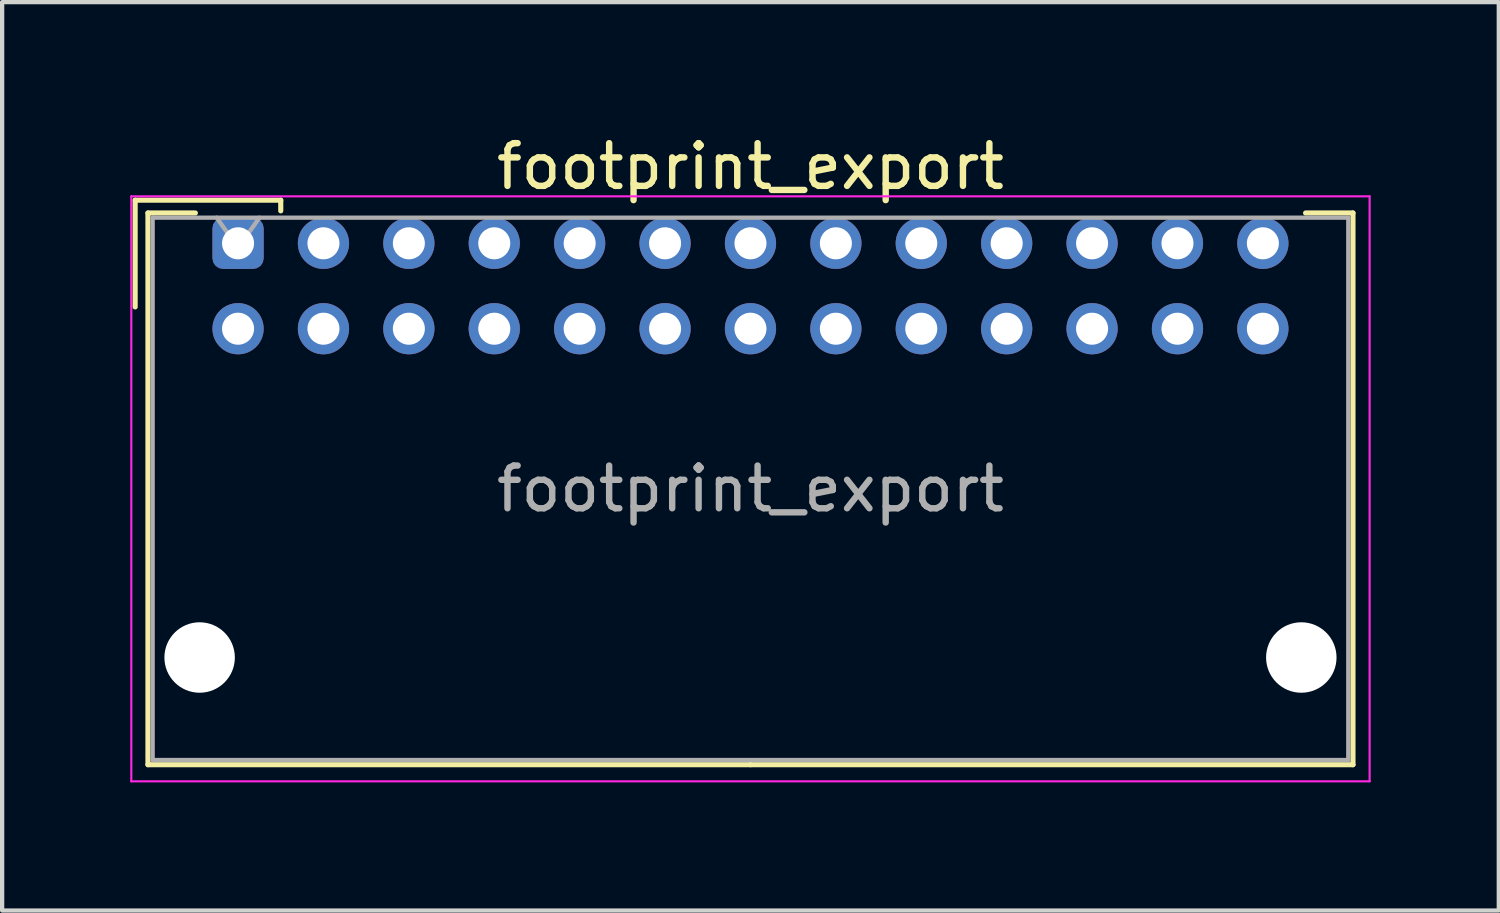
<source format=kicad_pcb>
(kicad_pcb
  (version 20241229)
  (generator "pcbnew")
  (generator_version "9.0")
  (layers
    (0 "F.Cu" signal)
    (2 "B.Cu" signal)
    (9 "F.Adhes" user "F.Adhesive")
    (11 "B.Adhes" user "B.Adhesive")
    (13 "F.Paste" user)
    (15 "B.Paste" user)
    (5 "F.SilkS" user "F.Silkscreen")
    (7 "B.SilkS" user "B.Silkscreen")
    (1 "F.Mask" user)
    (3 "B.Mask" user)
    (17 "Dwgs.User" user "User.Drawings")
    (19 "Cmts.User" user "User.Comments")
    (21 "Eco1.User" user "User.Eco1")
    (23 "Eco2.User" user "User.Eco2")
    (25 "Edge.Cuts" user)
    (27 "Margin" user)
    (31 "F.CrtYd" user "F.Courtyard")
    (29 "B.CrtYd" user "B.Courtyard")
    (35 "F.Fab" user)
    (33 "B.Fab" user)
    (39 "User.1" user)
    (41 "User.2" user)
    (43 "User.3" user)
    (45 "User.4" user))
  (footprint "footprint_export"
    (layer "F.Cu")
    (at 2.525 2.648)
    (property "Reference" "footprint_export" (at 12 -1.8 0) (layer "F.SilkS") (effects (font (size 1 1) (thickness 0.15))))
    (attr through_hole)
    (fp_line (start -2.41 -1.01) (end -2.41 1.49) (stroke (width 0.12) (type solid)) (layer "F.SilkS"))
    (fp_line (start -2.11 -0.71) (end -2.11 12.21) (stroke (width 0.12) (type solid)) (layer "F.SilkS"))
    (fp_line (start -2.11 12.21) (end 12 12.21) (stroke (width 0.12) (type solid)) (layer "F.SilkS"))
    (fp_line (start -1 -0.71) (end -2.11 -0.71) (stroke (width 0.12) (type solid)) (layer "F.SilkS"))
    (fp_line (start 1 -1.01) (end -2.41 -1.01) (stroke (width 0.12) (type solid)) (layer "F.SilkS"))
    (fp_line (start 1 -0.76) (end 1 -1.01) (stroke (width 0.12) (type solid)) (layer "F.SilkS"))
    (fp_line (start 25 -0.71) (end 26.11 -0.71) (stroke (width 0.12) (type solid)) (layer "F.SilkS"))
    (fp_line (start 26.11 -0.71) (end 26.11 12.21) (stroke (width 0.12) (type solid)) (layer "F.SilkS"))
    (fp_line (start 26.11 12.21) (end 12 12.21) (stroke (width 0.12) (type solid)) (layer "F.SilkS"))
    (fp_line (start -2.5 -1.1) (end -2.5 12.6) (stroke (width 0.05) (type solid)) (layer "F.CrtYd"))
    (fp_line (start -2.5 12.6) (end 26.5 12.6) (stroke (width 0.05) (type solid)) (layer "F.CrtYd"))
    (fp_line (start 26.5 -1.1) (end -2.5 -1.1) (stroke (width 0.05) (type solid)) (layer "F.CrtYd"))
    (fp_line (start 26.5 12.6) (end 26.5 -1.1) (stroke (width 0.05) (type solid)) (layer "F.CrtYd"))
    (fp_line (start -2 -0.6) (end -2 12.1) (stroke (width 0.1) (type solid)) (layer "F.Fab"))
    (fp_line (start -2 12.1) (end 26 12.1) (stroke (width 0.1) (type solid)) (layer "F.Fab"))
    (fp_line (start 0 0.107) (end -0.5 -0.6) (stroke (width 0.1) (type solid)) (layer "F.Fab"))
    (fp_line (start 0.5 -0.6) (end 0 0.107) (stroke (width 0.1) (type solid)) (layer "F.Fab"))
    (fp_line (start 26 -0.6) (end -2 -0.6) (stroke (width 0.1) (type solid)) (layer "F.Fab"))
    (fp_line (start 26 12.1) (end 26 -0.6) (stroke (width 0.1) (type solid)) (layer "F.Fab"))
    (fp_text user "${REFERENCE}" (at 12 5.75 0) (layer "F.Fab") (effects (font (size 1 1) (thickness 0.15))))
    (pad "" np_thru_hole circle (at -0.9 9.7) (size 1.65 1.65) (drill 1.65) (layers "*.Cu" "*.Mask"))
    (pad "" np_thru_hole circle (at 24.9 9.7) (size 1.65 1.65) (drill 1.65) (layers "*.Cu" "*.Mask"))
    (pad "1" thru_hole roundrect (at 0 0) (size 1.2 1.2) (drill 0.75) (layers "*.Cu" "*.Mask") (roundrect_rratio 0.208))
    (pad "2" thru_hole circle (at 0 2) (size 1.2 1.2) (drill 0.75) (layers "*.Cu" "*.Mask"))
    (pad "3" thru_hole circle (at 2 0) (size 1.2 1.2) (drill 0.75) (layers "*.Cu" "*.Mask"))
    (pad "4" thru_hole circle (at 2 2) (size 1.2 1.2) (drill 0.75) (layers "*.Cu" "*.Mask"))
    (pad "5" thru_hole circle (at 4 0) (size 1.2 1.2) (drill 0.75) (layers "*.Cu" "*.Mask"))
    (pad "6" thru_hole circle (at 4 2) (size 1.2 1.2) (drill 0.75) (layers "*.Cu" "*.Mask"))
    (pad "7" thru_hole circle (at 6 0) (size 1.2 1.2) (drill 0.75) (layers "*.Cu" "*.Mask"))
    (pad "8" thru_hole circle (at 6 2) (size 1.2 1.2) (drill 0.75) (layers "*.Cu" "*.Mask"))
    (pad "9" thru_hole circle (at 8 0) (size 1.2 1.2) (drill 0.75) (layers "*.Cu" "*.Mask"))
    (pad "10" thru_hole circle (at 8 2) (size 1.2 1.2) (drill 0.75) (layers "*.Cu" "*.Mask"))
    (pad "11" thru_hole circle (at 10 0) (size 1.2 1.2) (drill 0.75) (layers "*.Cu" "*.Mask"))
    (pad "12" thru_hole circle (at 10 2) (size 1.2 1.2) (drill 0.75) (layers "*.Cu" "*.Mask"))
    (pad "13" thru_hole circle (at 12 0) (size 1.2 1.2) (drill 0.75) (layers "*.Cu" "*.Mask"))
    (pad "14" thru_hole circle (at 12 2) (size 1.2 1.2) (drill 0.75) (layers "*.Cu" "*.Mask"))
    (pad "15" thru_hole circle (at 14 0) (size 1.2 1.2) (drill 0.75) (layers "*.Cu" "*.Mask"))
    (pad "16" thru_hole circle (at 14 2) (size 1.2 1.2) (drill 0.75) (layers "*.Cu" "*.Mask"))
    (pad "17" thru_hole circle (at 16 0) (size 1.2 1.2) (drill 0.75) (layers "*.Cu" "*.Mask"))
    (pad "18" thru_hole circle (at 16 2) (size 1.2 1.2) (drill 0.75) (layers "*.Cu" "*.Mask"))
    (pad "19" thru_hole circle (at 18 0) (size 1.2 1.2) (drill 0.75) (layers "*.Cu" "*.Mask"))
    (pad "20" thru_hole circle (at 18 2) (size 1.2 1.2) (drill 0.75) (layers "*.Cu" "*.Mask"))
    (pad "21" thru_hole circle (at 20 0) (size 1.2 1.2) (drill 0.75) (layers "*.Cu" "*.Mask"))
    (pad "22" thru_hole circle (at 20 2) (size 1.2 1.2) (drill 0.75) (layers "*.Cu" "*.Mask"))
    (pad "23" thru_hole circle (at 22 0) (size 1.2 1.2) (drill 0.75) (layers "*.Cu" "*.Mask"))
    (pad "24" thru_hole circle (at 22 2) (size 1.2 1.2) (drill 0.75) (layers "*.Cu" "*.Mask"))
    (pad "25" thru_hole circle (at 24 0) (size 1.2 1.2) (drill 0.75) (layers "*.Cu" "*.Mask"))
    (pad "26" thru_hole circle (at 24 2) (size 1.2 1.2) (drill 0.75) (layers "*.Cu" "*.Mask")))
  (gr_rect
    (start -3 -3)
    (end 32.05 18.273)
    (stroke (width 0.1) (type default))
    (fill no)
    (layer "Edge.Cuts")))
</source>
